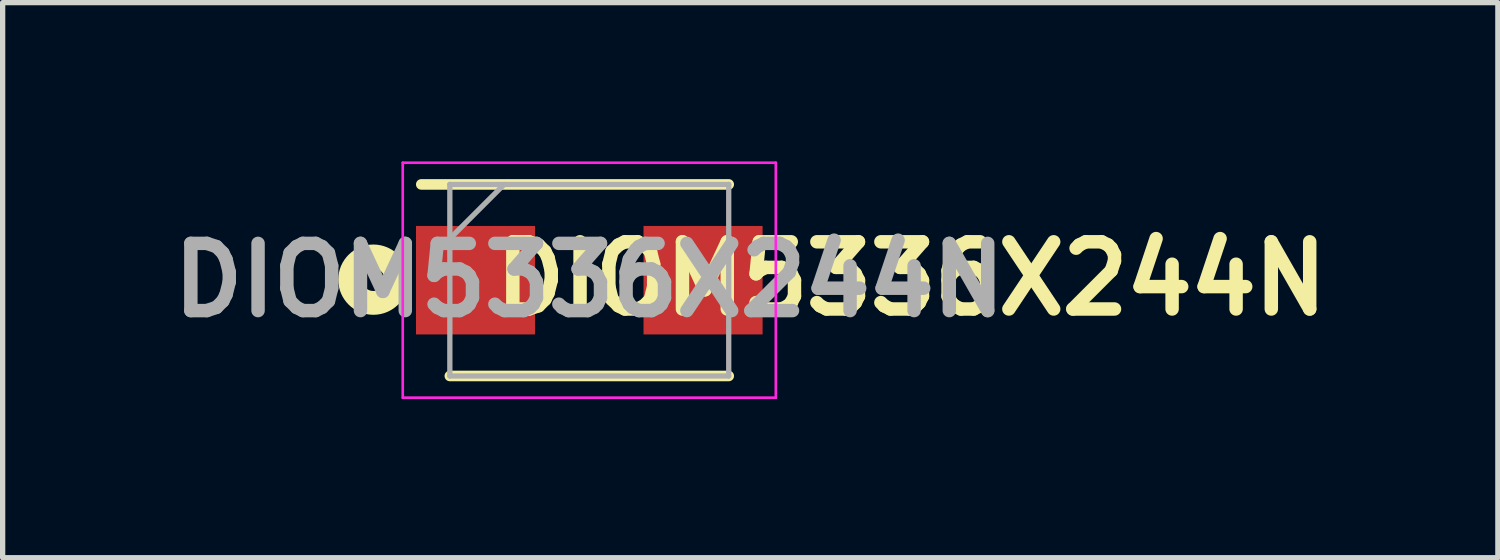
<source format=kicad_pcb>
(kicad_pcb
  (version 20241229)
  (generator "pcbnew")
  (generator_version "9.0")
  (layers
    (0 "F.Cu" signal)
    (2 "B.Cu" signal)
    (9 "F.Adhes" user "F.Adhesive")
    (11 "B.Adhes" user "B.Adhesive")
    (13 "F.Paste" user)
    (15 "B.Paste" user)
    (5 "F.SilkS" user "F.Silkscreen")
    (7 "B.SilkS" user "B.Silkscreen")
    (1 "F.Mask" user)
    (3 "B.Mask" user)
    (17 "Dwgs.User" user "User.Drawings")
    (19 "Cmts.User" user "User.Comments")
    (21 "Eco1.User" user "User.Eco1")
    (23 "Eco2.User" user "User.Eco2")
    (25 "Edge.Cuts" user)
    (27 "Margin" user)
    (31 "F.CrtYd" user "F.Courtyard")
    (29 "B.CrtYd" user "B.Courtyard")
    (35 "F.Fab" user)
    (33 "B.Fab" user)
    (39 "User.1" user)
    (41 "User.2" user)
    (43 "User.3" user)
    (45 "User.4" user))
  (footprint "DIOM5336X244N"
    (layer "F.Cu")
    (at 8.086 2.245)
    (property "Reference" "DIOM5336X244N" (at 6.085 -0.03 180) (layer "F.SilkS") (effects (font (size 1.27 1.27) (thickness 0.254))))
    (attr smd)
    (fp_line (start -2.635 1.81) (end 2.635 1.81) (stroke (width 0.2) (type solid)) (layer "F.SilkS"))
    (fp_line (start 2.635 -1.81) (end -3.175 -1.81) (stroke (width 0.2) (type solid)) (layer "F.SilkS"))
    (fp_circle (center -4.08 -0.01) (end -3.866 -0.01) (stroke (width 0.45) (type default)) (fill no) (layer "F.SilkS"))
    (fp_line (start -3.525 -2.22) (end 3.525 -2.22) (stroke (width 0.05) (type solid)) (layer "F.CrtYd"))
    (fp_line (start -3.525 2.22) (end -3.525 -2.22) (stroke (width 0.05) (type solid)) (layer "F.CrtYd"))
    (fp_line (start 3.525 -2.22) (end 3.525 2.22) (stroke (width 0.05) (type solid)) (layer "F.CrtYd"))
    (fp_line (start 3.525 2.22) (end -3.525 2.22) (stroke (width 0.05) (type solid)) (layer "F.CrtYd"))
    (fp_line (start -2.635 -1.81) (end 2.635 -1.81) (stroke (width 0.1) (type solid)) (layer "F.Fab"))
    (fp_line (start -2.635 -0.785) (end -1.61 -1.81) (stroke (width 0.1) (type solid)) (layer "F.Fab"))
    (fp_line (start -2.635 1.81) (end -2.635 -1.81) (stroke (width 0.1) (type solid)) (layer "F.Fab"))
    (fp_line (start 2.635 -1.81) (end 2.635 1.81) (stroke (width 0.1) (type solid)) (layer "F.Fab"))
    (fp_line (start 2.635 1.81) (end -2.635 1.81) (stroke (width 0.1) (type solid)) (layer "F.Fab"))
    (fp_text user "${REFERENCE}" (at 0 0 180) (layer "F.Fab") (effects (font (size 1.27 1.27) (thickness 0.254))))
    (pad "1" smd rect (at -2.15 0 90) (size 2.05 2.25) (layers "F.Cu" "F.Mask" "F.Paste"))
    (pad "2" smd rect (at 2.15 0 90) (size 2.05 2.25) (layers "F.Cu" "F.Mask" "F.Paste")))
  (gr_rect
    (start -3 -3)
    (end 25.256 7.49)
    (stroke (width 0.1) (type default))
    (fill no)
    (layer "Edge.Cuts")))
</source>
